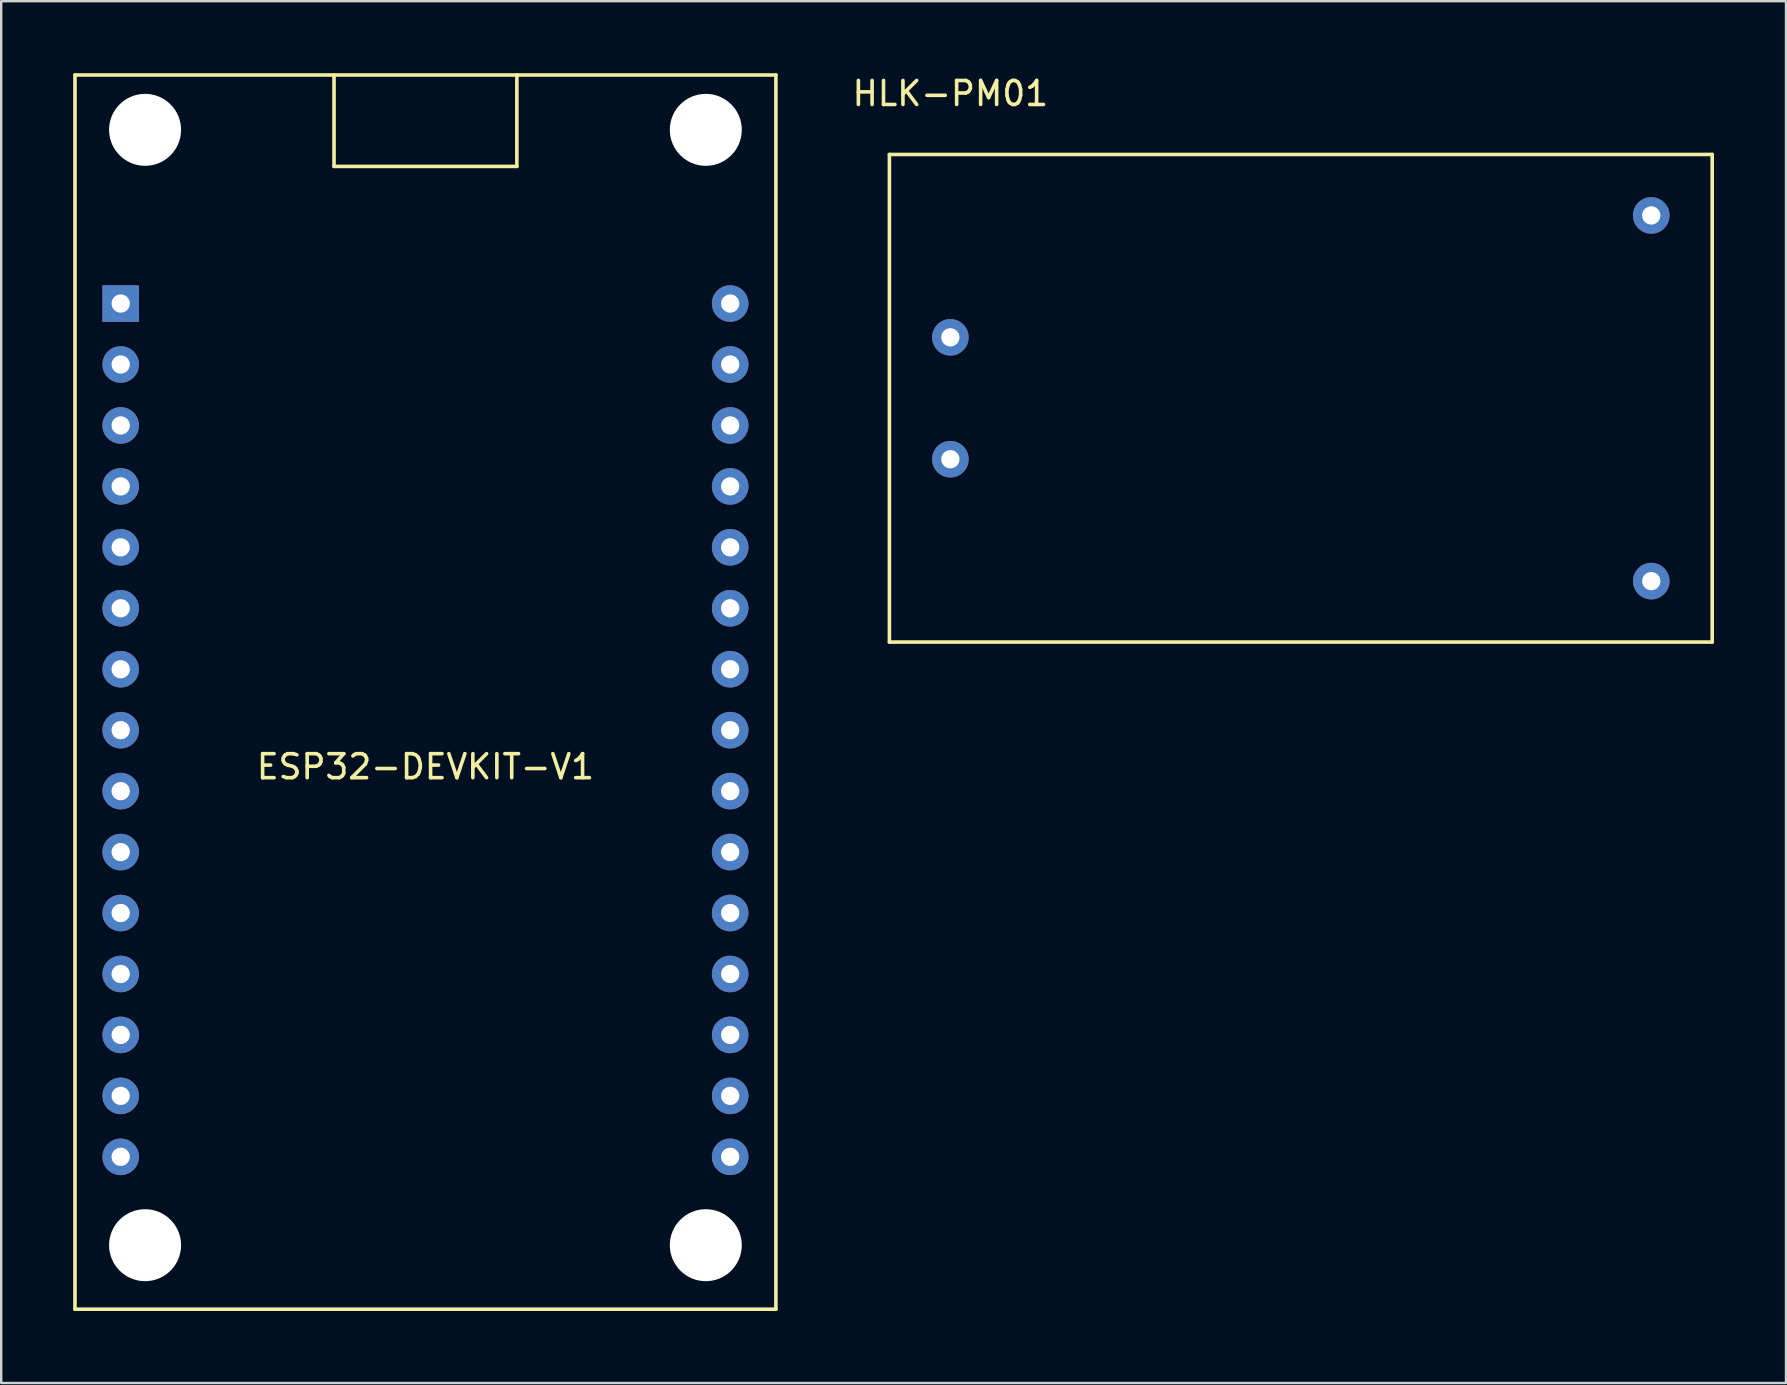
<source format=kicad_pcb>
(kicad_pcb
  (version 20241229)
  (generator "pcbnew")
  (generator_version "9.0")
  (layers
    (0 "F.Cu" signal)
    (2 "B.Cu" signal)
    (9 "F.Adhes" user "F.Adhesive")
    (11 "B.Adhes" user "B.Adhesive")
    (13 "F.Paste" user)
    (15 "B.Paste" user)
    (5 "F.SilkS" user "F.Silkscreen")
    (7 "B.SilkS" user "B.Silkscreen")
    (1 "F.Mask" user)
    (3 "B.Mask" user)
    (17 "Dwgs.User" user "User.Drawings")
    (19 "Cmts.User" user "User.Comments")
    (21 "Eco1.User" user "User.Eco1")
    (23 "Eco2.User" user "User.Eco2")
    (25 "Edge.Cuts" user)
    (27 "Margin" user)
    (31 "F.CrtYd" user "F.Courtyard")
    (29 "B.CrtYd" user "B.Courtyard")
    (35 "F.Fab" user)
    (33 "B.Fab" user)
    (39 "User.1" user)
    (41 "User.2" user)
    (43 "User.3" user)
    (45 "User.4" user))
  (footprint "ESP32-DEVKIT-V1"
    (layer "F.Cu")
    (at 14.68 27.38)
    (property "Reference" "ESP32-DEVKIT-V1" (at 0 1.524 0) (layer "F.SilkS") (effects (font (size 1 1) (thickness 0.15))))
    (attr through_hole)
    (fp_line (start -14.605 -27.305) (end -14.605 24.13) (stroke (width 0.15) (type solid)) (layer "F.SilkS"))
    (fp_line (start -14.605 24.13) (end 14.605 24.13) (stroke (width 0.15) (type solid)) (layer "F.SilkS"))
    (fp_line (start -3.81 -23.495) (end -3.81 -27.305) (stroke (width 0.15) (type solid)) (layer "F.SilkS"))
    (fp_line (start 3.81 -27.305) (end 3.81 -23.495) (stroke (width 0.15) (type solid)) (layer "F.SilkS"))
    (fp_line (start 3.81 -23.495) (end -3.81 -23.495) (stroke (width 0.15) (type solid)) (layer "F.SilkS"))
    (fp_line (start 14.605 -27.305) (end -14.605 -27.305) (stroke (width 0.15) (type solid)) (layer "F.SilkS"))
    (fp_line (start 14.605 24.13) (end 14.605 -27.305) (stroke (width 0.15) (type solid)) (layer "F.SilkS"))
    (pad "" np_thru_hole circle (at -11.684 -25.019) (size 3 3) (drill 3) (layers "*.Cu" "*.Mask"))
    (pad "" np_thru_hole circle (at -11.684 21.463) (size 3 3) (drill 3) (layers "*.Cu" "*.Mask"))
    (pad "" np_thru_hole circle (at 11.684 -25.019) (size 3 3) (drill 3) (layers "*.Cu" "*.Mask"))
    (pad "" np_thru_hole circle (at 11.684 21.463) (size 3 3) (drill 3) (layers "*.Cu" "*.Mask"))
    (pad "1" thru_hole rect (at -12.7 -17.78) (size 1.524 1.524) (drill 0.762) (layers "*.Cu" "*.Mask"))
    (pad "2" thru_hole circle (at -12.7 -15.24) (size 1.524 1.524) (drill 0.762) (layers "*.Cu" "*.Mask"))
    (pad "3" thru_hole circle (at -12.7 -12.7) (size 1.524 1.524) (drill 0.762) (layers "*.Cu" "*.Mask"))
    (pad "4" thru_hole circle (at -12.7 -10.16) (size 1.524 1.524) (drill 0.762) (layers "*.Cu" "*.Mask"))
    (pad "5" thru_hole circle (at -12.7 -7.62) (size 1.524 1.524) (drill 0.762) (layers "*.Cu" "*.Mask"))
    (pad "6" thru_hole circle (at -12.7 -5.08) (size 1.524 1.524) (drill 0.762) (layers "*.Cu" "*.Mask"))
    (pad "7" thru_hole circle (at -12.7 -2.54) (size 1.524 1.524) (drill 0.762) (layers "*.Cu" "*.Mask"))
    (pad "8" thru_hole circle (at -12.7 0) (size 1.524 1.524) (drill 0.762) (layers "*.Cu" "*.Mask"))
    (pad "9" thru_hole circle (at -12.7 2.54) (size 1.524 1.524) (drill 0.762) (layers "*.Cu" "*.Mask"))
    (pad "10" thru_hole circle (at -12.7 5.08) (size 1.524 1.524) (drill 0.762) (layers "*.Cu" "*.Mask"))
    (pad "11" thru_hole circle (at -12.7 7.62) (size 1.524 1.524) (drill 0.762) (layers "*.Cu" "*.Mask"))
    (pad "12" thru_hole circle (at -12.7 10.16) (size 1.524 1.524) (drill 0.762) (layers "*.Cu" "*.Mask"))
    (pad "13" thru_hole circle (at -12.7 12.7) (size 1.524 1.524) (drill 0.762) (layers "*.Cu" "*.Mask"))
    (pad "14" thru_hole circle (at -12.7 15.24) (size 1.524 1.524) (drill 0.762) (layers "*.Cu" "*.Mask"))
    (pad "15" thru_hole circle (at -12.7 17.78) (size 1.524 1.524) (drill 0.762) (layers "*.Cu" "*.Mask"))
    (pad "16" thru_hole circle (at 12.7 17.78) (size 1.524 1.524) (drill 0.762) (layers "*.Cu" "*.Mask"))
    (pad "17" thru_hole circle (at 12.7 15.24) (size 1.524 1.524) (drill 0.762) (layers "*.Cu" "*.Mask"))
    (pad "18" thru_hole circle (at 12.7 12.7) (size 1.524 1.524) (drill 0.762) (layers "*.Cu" "*.Mask"))
    (pad "19" thru_hole circle (at 12.7 10.16) (size 1.524 1.524) (drill 0.762) (layers "*.Cu" "*.Mask"))
    (pad "20" thru_hole circle (at 12.7 7.62) (size 1.524 1.524) (drill 0.762) (layers "*.Cu" "*.Mask"))
    (pad "21" thru_hole circle (at 12.7 5.08) (size 1.524 1.524) (drill 0.762) (layers "*.Cu" "*.Mask"))
    (pad "22" thru_hole circle (at 12.7 2.54) (size 1.524 1.524) (drill 0.762) (layers "*.Cu" "*.Mask"))
    (pad "23" thru_hole circle (at 12.7 0) (size 1.524 1.524) (drill 0.762) (layers "*.Cu" "*.Mask"))
    (pad "24" thru_hole circle (at 12.7 -2.54) (size 1.524 1.524) (drill 0.762) (layers "*.Cu" "*.Mask"))
    (pad "25" thru_hole circle (at 12.7 -5.08) (size 1.524 1.524) (drill 0.762) (layers "*.Cu" "*.Mask"))
    (pad "26" thru_hole circle (at 12.7 -7.62) (size 1.524 1.524) (drill 0.762) (layers "*.Cu" "*.Mask"))
    (pad "27" thru_hole circle (at 12.7 -10.16) (size 1.524 1.524) (drill 0.762) (layers "*.Cu" "*.Mask"))
    (pad "28" thru_hole circle (at 12.7 -12.7) (size 1.524 1.524) (drill 0.762) (layers "*.Cu" "*.Mask"))
    (pad "29" thru_hole circle (at 12.7 -15.24) (size 1.524 1.524) (drill 0.762) (layers "*.Cu" "*.Mask"))
    (pad "30" thru_hole circle (at 12.7 -17.78) (size 1.524 1.524) (drill 0.762) (layers "*.Cu" "*.Mask")))
  (footprint "HLK-PM01"
    (layer "F.Cu")
    (at 36.556 13.548)
    (property "Reference" "HLK-PM01" (at 0 -12.7 0) (layer "F.SilkS") (effects (font (size 1 1) (thickness 0.15))))
    (attr through_hole)
    (fp_line (start -2.54 -10.16) (end 31.75 -10.16) (stroke (width 0.15) (type solid)) (layer "F.SilkS"))
    (fp_line (start -2.54 10.16) (end -2.54 -10.16) (stroke (width 0.15) (type solid)) (layer "F.SilkS"))
    (fp_line (start 31.75 -10.16) (end 31.75 10.16) (stroke (width 0.15) (type solid)) (layer "F.SilkS"))
    (fp_line (start 31.75 10.16) (end -2.54 10.16) (stroke (width 0.15) (type solid)) (layer "F.SilkS"))
    (pad "1" thru_hole circle (at 0 -2.54) (size 1.524 1.524) (drill 0.762) (layers "*.Cu" "*.Mask"))
    (pad "2" thru_hole circle (at 0 2.54) (size 1.524 1.524) (drill 0.762) (layers "*.Cu" "*.Mask"))
    (pad "3" thru_hole circle (at 29.21 7.62) (size 1.524 1.524) (drill 0.762) (layers "*.Cu" "*.Mask"))
    (pad "4" thru_hole circle (at 29.21 -7.62) (size 1.524 1.524) (drill 0.762) (layers "*.Cu" "*.Mask")))
  (gr_rect
    (start -3 -3)
    (end 71.381 54.585)
    (stroke (width 0.1) (type default))
    (fill no)
    (layer "Edge.Cuts")))
</source>
